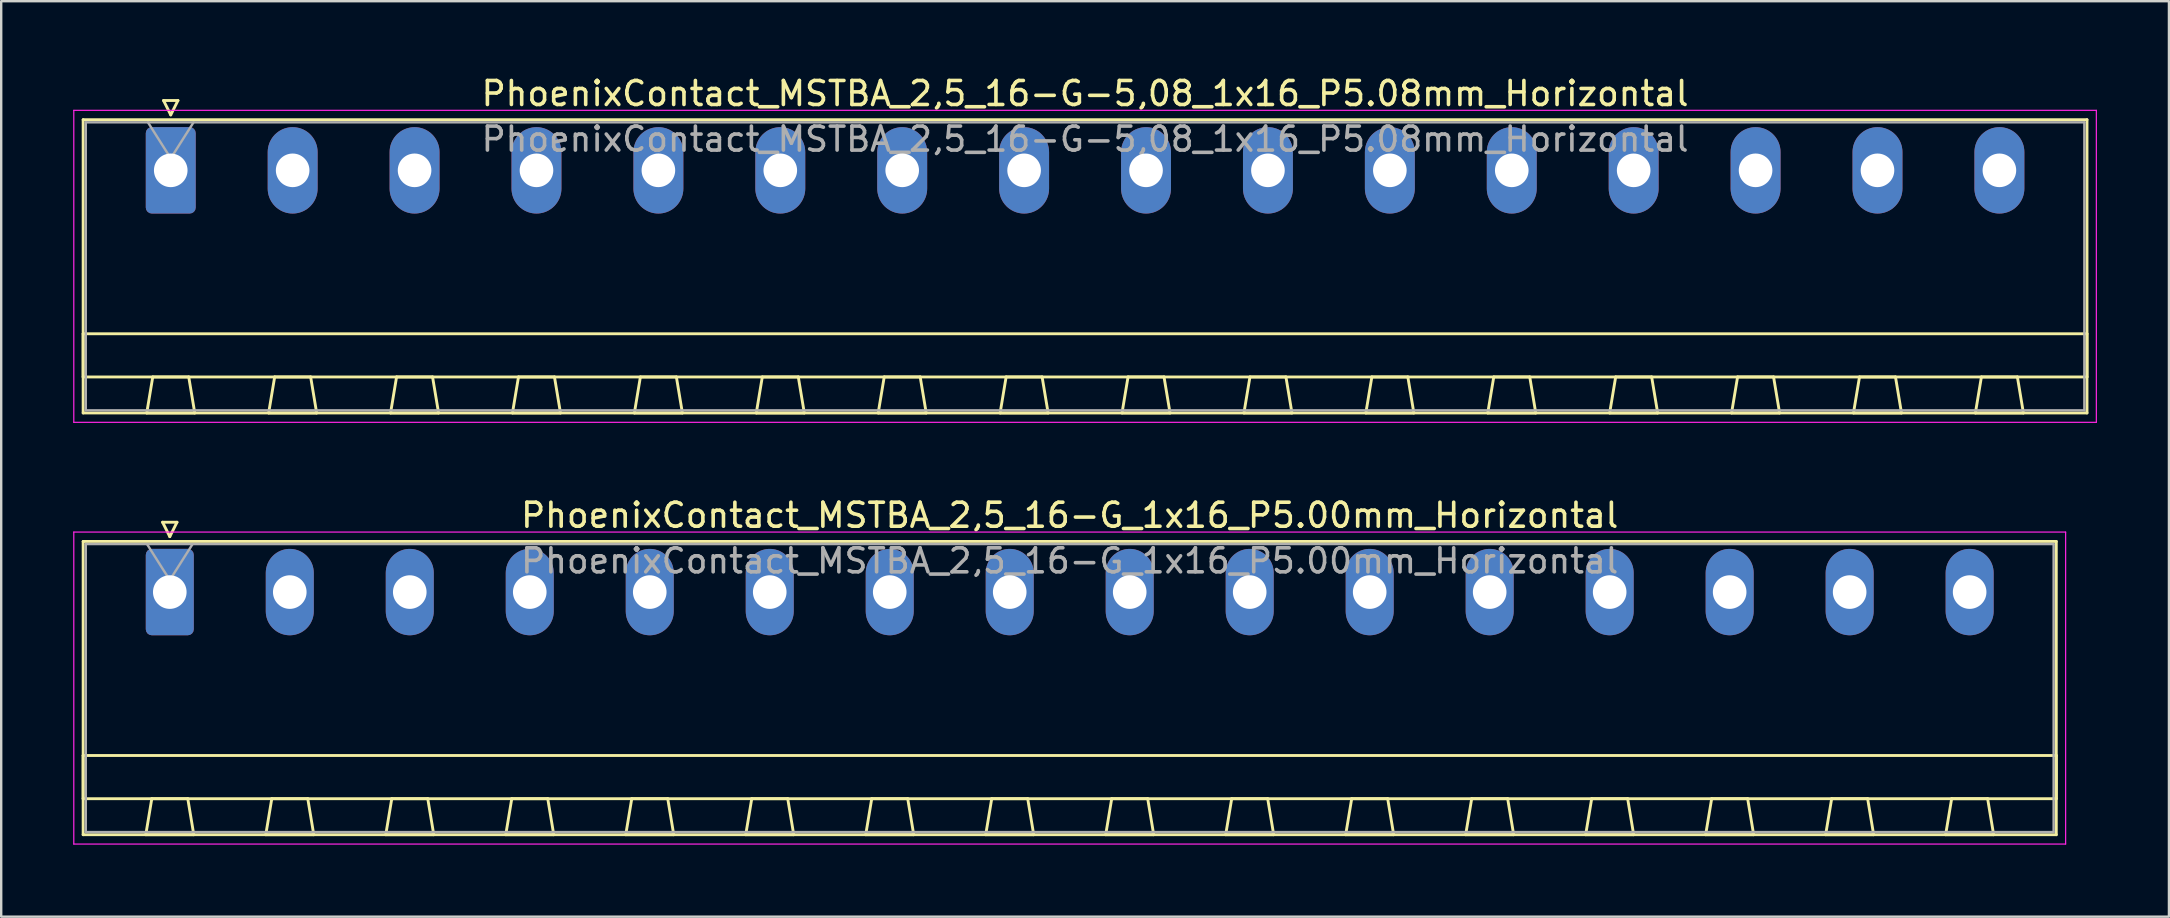
<source format=kicad_pcb>
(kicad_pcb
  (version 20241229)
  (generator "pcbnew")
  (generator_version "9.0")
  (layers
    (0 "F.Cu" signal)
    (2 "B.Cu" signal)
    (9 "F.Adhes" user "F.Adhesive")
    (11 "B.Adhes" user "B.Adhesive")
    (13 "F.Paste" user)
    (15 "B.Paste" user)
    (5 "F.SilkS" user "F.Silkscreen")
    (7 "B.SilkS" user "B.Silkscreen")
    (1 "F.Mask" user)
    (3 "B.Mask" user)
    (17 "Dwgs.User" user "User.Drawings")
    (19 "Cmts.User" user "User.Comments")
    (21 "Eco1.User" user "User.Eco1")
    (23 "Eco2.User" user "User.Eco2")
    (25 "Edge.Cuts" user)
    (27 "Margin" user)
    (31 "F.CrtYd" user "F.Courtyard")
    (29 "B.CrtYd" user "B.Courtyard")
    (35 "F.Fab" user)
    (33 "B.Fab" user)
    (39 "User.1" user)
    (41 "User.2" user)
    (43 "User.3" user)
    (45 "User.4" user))
  (footprint "PhoenixContact_MSTBA_2,5_16-G-5,08_1x16_P5.08mm_Horizontal"
    (layer "F.Cu")
    (at 4.065 4.048)
    (property "Reference" "PhoenixContact_MSTBA_2,5_16-G-5,08_1x16_P5.08mm_Horizontal" (at 38.1 -3.2 0) (layer "F.SilkS") (effects (font (size 1 1) (thickness 0.15))))
    (attr through_hole)
    (fp_line (start -3.65 -2.11) (end -3.65 10.11) (stroke (width 0.12) (type solid)) (layer "F.SilkS"))
    (fp_line (start -3.65 6.81) (end 79.85 6.81) (stroke (width 0.12) (type solid)) (layer "F.SilkS"))
    (fp_line (start -3.65 8.61) (end -3.65 6.81) (stroke (width 0.12) (type solid)) (layer "F.SilkS"))
    (fp_line (start -3.65 10.11) (end 79.85 10.11) (stroke (width 0.12) (type solid)) (layer "F.SilkS"))
    (fp_line (start -1 10.11) (end 1 10.11) (stroke (width 0.12) (type solid)) (layer "F.SilkS"))
    (fp_line (start -0.75 8.61) (end -1 10.11) (stroke (width 0.12) (type solid)) (layer "F.SilkS"))
    (fp_line (start -0.3 -2.91) (end 0.3 -2.91) (stroke (width 0.12) (type solid)) (layer "F.SilkS"))
    (fp_line (start 0 -2.31) (end -0.3 -2.91) (stroke (width 0.12) (type solid)) (layer "F.SilkS"))
    (fp_line (start 0.3 -2.91) (end 0 -2.31) (stroke (width 0.12) (type solid)) (layer "F.SilkS"))
    (fp_line (start 0.75 8.61) (end -0.75 8.61) (stroke (width 0.12) (type solid)) (layer "F.SilkS"))
    (fp_line (start 1 10.11) (end 0.75 8.61) (stroke (width 0.12) (type solid)) (layer "F.SilkS"))
    (fp_line (start 4.08 10.11) (end 6.08 10.11) (stroke (width 0.12) (type solid)) (layer "F.SilkS"))
    (fp_line (start 4.33 8.61) (end 4.08 10.11) (stroke (width 0.12) (type solid)) (layer "F.SilkS"))
    (fp_line (start 5.83 8.61) (end 4.33 8.61) (stroke (width 0.12) (type solid)) (layer "F.SilkS"))
    (fp_line (start 6.08 10.11) (end 5.83 8.61) (stroke (width 0.12) (type solid)) (layer "F.SilkS"))
    (fp_line (start 9.16 10.11) (end 11.16 10.11) (stroke (width 0.12) (type solid)) (layer "F.SilkS"))
    (fp_line (start 9.41 8.61) (end 9.16 10.11) (stroke (width 0.12) (type solid)) (layer "F.SilkS"))
    (fp_line (start 10.91 8.61) (end 9.41 8.61) (stroke (width 0.12) (type solid)) (layer "F.SilkS"))
    (fp_line (start 11.16 10.11) (end 10.91 8.61) (stroke (width 0.12) (type solid)) (layer "F.SilkS"))
    (fp_line (start 14.24 10.11) (end 16.24 10.11) (stroke (width 0.12) (type solid)) (layer "F.SilkS"))
    (fp_line (start 14.49 8.61) (end 14.24 10.11) (stroke (width 0.12) (type solid)) (layer "F.SilkS"))
    (fp_line (start 15.99 8.61) (end 14.49 8.61) (stroke (width 0.12) (type solid)) (layer "F.SilkS"))
    (fp_line (start 16.24 10.11) (end 15.99 8.61) (stroke (width 0.12) (type solid)) (layer "F.SilkS"))
    (fp_line (start 19.32 10.11) (end 21.32 10.11) (stroke (width 0.12) (type solid)) (layer "F.SilkS"))
    (fp_line (start 19.57 8.61) (end 19.32 10.11) (stroke (width 0.12) (type solid)) (layer "F.SilkS"))
    (fp_line (start 21.07 8.61) (end 19.57 8.61) (stroke (width 0.12) (type solid)) (layer "F.SilkS"))
    (fp_line (start 21.32 10.11) (end 21.07 8.61) (stroke (width 0.12) (type solid)) (layer "F.SilkS"))
    (fp_line (start 24.4 10.11) (end 26.4 10.11) (stroke (width 0.12) (type solid)) (layer "F.SilkS"))
    (fp_line (start 24.65 8.61) (end 24.4 10.11) (stroke (width 0.12) (type solid)) (layer "F.SilkS"))
    (fp_line (start 26.15 8.61) (end 24.65 8.61) (stroke (width 0.12) (type solid)) (layer "F.SilkS"))
    (fp_line (start 26.4 10.11) (end 26.15 8.61) (stroke (width 0.12) (type solid)) (layer "F.SilkS"))
    (fp_line (start 29.48 10.11) (end 31.48 10.11) (stroke (width 0.12) (type solid)) (layer "F.SilkS"))
    (fp_line (start 29.73 8.61) (end 29.48 10.11) (stroke (width 0.12) (type solid)) (layer "F.SilkS"))
    (fp_line (start 31.23 8.61) (end 29.73 8.61) (stroke (width 0.12) (type solid)) (layer "F.SilkS"))
    (fp_line (start 31.48 10.11) (end 31.23 8.61) (stroke (width 0.12) (type solid)) (layer "F.SilkS"))
    (fp_line (start 34.56 10.11) (end 36.56 10.11) (stroke (width 0.12) (type solid)) (layer "F.SilkS"))
    (fp_line (start 34.81 8.61) (end 34.56 10.11) (stroke (width 0.12) (type solid)) (layer "F.SilkS"))
    (fp_line (start 36.31 8.61) (end 34.81 8.61) (stroke (width 0.12) (type solid)) (layer "F.SilkS"))
    (fp_line (start 36.56 10.11) (end 36.31 8.61) (stroke (width 0.12) (type solid)) (layer "F.SilkS"))
    (fp_line (start 39.64 10.11) (end 41.64 10.11) (stroke (width 0.12) (type solid)) (layer "F.SilkS"))
    (fp_line (start 39.89 8.61) (end 39.64 10.11) (stroke (width 0.12) (type solid)) (layer "F.SilkS"))
    (fp_line (start 41.39 8.61) (end 39.89 8.61) (stroke (width 0.12) (type solid)) (layer "F.SilkS"))
    (fp_line (start 41.64 10.11) (end 41.39 8.61) (stroke (width 0.12) (type solid)) (layer "F.SilkS"))
    (fp_line (start 44.72 10.11) (end 46.72 10.11) (stroke (width 0.12) (type solid)) (layer "F.SilkS"))
    (fp_line (start 44.97 8.61) (end 44.72 10.11) (stroke (width 0.12) (type solid)) (layer "F.SilkS"))
    (fp_line (start 46.47 8.61) (end 44.97 8.61) (stroke (width 0.12) (type solid)) (layer "F.SilkS"))
    (fp_line (start 46.72 10.11) (end 46.47 8.61) (stroke (width 0.12) (type solid)) (layer "F.SilkS"))
    (fp_line (start 49.8 10.11) (end 51.8 10.11) (stroke (width 0.12) (type solid)) (layer "F.SilkS"))
    (fp_line (start 50.05 8.61) (end 49.8 10.11) (stroke (width 0.12) (type solid)) (layer "F.SilkS"))
    (fp_line (start 51.55 8.61) (end 50.05 8.61) (stroke (width 0.12) (type solid)) (layer "F.SilkS"))
    (fp_line (start 51.8 10.11) (end 51.55 8.61) (stroke (width 0.12) (type solid)) (layer "F.SilkS"))
    (fp_line (start 54.88 10.11) (end 56.88 10.11) (stroke (width 0.12) (type solid)) (layer "F.SilkS"))
    (fp_line (start 55.13 8.61) (end 54.88 10.11) (stroke (width 0.12) (type solid)) (layer "F.SilkS"))
    (fp_line (start 56.63 8.61) (end 55.13 8.61) (stroke (width 0.12) (type solid)) (layer "F.SilkS"))
    (fp_line (start 56.88 10.11) (end 56.63 8.61) (stroke (width 0.12) (type solid)) (layer "F.SilkS"))
    (fp_line (start 59.96 10.11) (end 61.96 10.11) (stroke (width 0.12) (type solid)) (layer "F.SilkS"))
    (fp_line (start 60.21 8.61) (end 59.96 10.11) (stroke (width 0.12) (type solid)) (layer "F.SilkS"))
    (fp_line (start 61.71 8.61) (end 60.21 8.61) (stroke (width 0.12) (type solid)) (layer "F.SilkS"))
    (fp_line (start 61.96 10.11) (end 61.71 8.61) (stroke (width 0.12) (type solid)) (layer "F.SilkS"))
    (fp_line (start 65.04 10.11) (end 67.04 10.11) (stroke (width 0.12) (type solid)) (layer "F.SilkS"))
    (fp_line (start 65.29 8.61) (end 65.04 10.11) (stroke (width 0.12) (type solid)) (layer "F.SilkS"))
    (fp_line (start 66.79 8.61) (end 65.29 8.61) (stroke (width 0.12) (type solid)) (layer "F.SilkS"))
    (fp_line (start 67.04 10.11) (end 66.79 8.61) (stroke (width 0.12) (type solid)) (layer "F.SilkS"))
    (fp_line (start 70.12 10.11) (end 72.12 10.11) (stroke (width 0.12) (type solid)) (layer "F.SilkS"))
    (fp_line (start 70.37 8.61) (end 70.12 10.11) (stroke (width 0.12) (type solid)) (layer "F.SilkS"))
    (fp_line (start 71.87 8.61) (end 70.37 8.61) (stroke (width 0.12) (type solid)) (layer "F.SilkS"))
    (fp_line (start 72.12 10.11) (end 71.87 8.61) (stroke (width 0.12) (type solid)) (layer "F.SilkS"))
    (fp_line (start 75.2 10.11) (end 77.2 10.11) (stroke (width 0.12) (type solid)) (layer "F.SilkS"))
    (fp_line (start 75.45 8.61) (end 75.2 10.11) (stroke (width 0.12) (type solid)) (layer "F.SilkS"))
    (fp_line (start 76.95 8.61) (end 75.45 8.61) (stroke (width 0.12) (type solid)) (layer "F.SilkS"))
    (fp_line (start 77.2 10.11) (end 76.95 8.61) (stroke (width 0.12) (type solid)) (layer "F.SilkS"))
    (fp_line (start 79.85 -2.11) (end -3.65 -2.11) (stroke (width 0.12) (type solid)) (layer "F.SilkS"))
    (fp_line (start 79.85 6.81) (end 79.85 8.61) (stroke (width 0.12) (type solid)) (layer "F.SilkS"))
    (fp_line (start 79.85 8.61) (end -3.65 8.61) (stroke (width 0.12) (type solid)) (layer "F.SilkS"))
    (fp_line (start 79.85 10.11) (end 79.85 -2.11) (stroke (width 0.12) (type solid)) (layer "F.SilkS"))
    (fp_line (start -4.04 -2.5) (end -4.04 10.5) (stroke (width 0.05) (type solid)) (layer "F.CrtYd"))
    (fp_line (start -4.04 10.5) (end 80.24 10.5) (stroke (width 0.05) (type solid)) (layer "F.CrtYd"))
    (fp_line (start 80.24 -2.5) (end -4.04 -2.5) (stroke (width 0.05) (type solid)) (layer "F.CrtYd"))
    (fp_line (start 80.24 10.5) (end 80.24 -2.5) (stroke (width 0.05) (type solid)) (layer "F.CrtYd"))
    (fp_line (start -3.54 -2) (end -3.54 10) (stroke (width 0.1) (type solid)) (layer "F.Fab"))
    (fp_line (start -3.54 10) (end 79.74 10) (stroke (width 0.1) (type solid)) (layer "F.Fab"))
    (fp_line (start 0 -0.5) (end -0.95 -2) (stroke (width 0.1) (type solid)) (layer "F.Fab"))
    (fp_line (start 0.95 -2) (end 0 -0.5) (stroke (width 0.1) (type solid)) (layer "F.Fab"))
    (fp_line (start 79.74 -2) (end -3.54 -2) (stroke (width 0.1) (type solid)) (layer "F.Fab"))
    (fp_line (start 79.74 10) (end 79.74 -2) (stroke (width 0.1) (type solid)) (layer "F.Fab"))
    (fp_text user "${REFERENCE}" (at 38.1 -1.3 0) (layer "F.Fab") (effects (font (size 1 1) (thickness 0.15))))
    (pad "1" thru_hole roundrect (at 0 0) (size 2.08 3.6) (drill 1.4) (layers "*.Cu" "*.Mask") (roundrect_rratio 0.12))
    (pad "2" thru_hole oval (at 5.08 0) (size 2.08 3.6) (drill 1.4) (layers "*.Cu" "*.Mask"))
    (pad "3" thru_hole oval (at 10.16 0) (size 2.08 3.6) (drill 1.4) (layers "*.Cu" "*.Mask"))
    (pad "4" thru_hole oval (at 15.24 0) (size 2.08 3.6) (drill 1.4) (layers "*.Cu" "*.Mask"))
    (pad "5" thru_hole oval (at 20.32 0) (size 2.08 3.6) (drill 1.4) (layers "*.Cu" "*.Mask"))
    (pad "6" thru_hole oval (at 25.4 0) (size 2.08 3.6) (drill 1.4) (layers "*.Cu" "*.Mask"))
    (pad "7" thru_hole oval (at 30.48 0) (size 2.08 3.6) (drill 1.4) (layers "*.Cu" "*.Mask"))
    (pad "8" thru_hole oval (at 35.56 0) (size 2.08 3.6) (drill 1.4) (layers "*.Cu" "*.Mask"))
    (pad "9" thru_hole oval (at 40.64 0) (size 2.08 3.6) (drill 1.4) (layers "*.Cu" "*.Mask"))
    (pad "10" thru_hole oval (at 45.72 0) (size 2.08 3.6) (drill 1.4) (layers "*.Cu" "*.Mask"))
    (pad "11" thru_hole oval (at 50.8 0) (size 2.08 3.6) (drill 1.4) (layers "*.Cu" "*.Mask"))
    (pad "12" thru_hole oval (at 55.88 0) (size 2.08 3.6) (drill 1.4) (layers "*.Cu" "*.Mask"))
    (pad "13" thru_hole oval (at 60.96 0) (size 2.08 3.6) (drill 1.4) (layers "*.Cu" "*.Mask"))
    (pad "14" thru_hole oval (at 66.04 0) (size 2.08 3.6) (drill 1.4) (layers "*.Cu" "*.Mask"))
    (pad "15" thru_hole oval (at 71.12 0) (size 2.08 3.6) (drill 1.4) (layers "*.Cu" "*.Mask"))
    (pad "16" thru_hole oval (at 76.2 0) (size 2.08 3.6) (drill 1.4) (layers "*.Cu" "*.Mask")))
  (footprint "PhoenixContact_MSTBA_2,5_16-G_1x16_P5.00mm_Horizontal"
    (layer "F.Cu")
    (at 4.025 21.622)
    (property "Reference" "PhoenixContact_MSTBA_2,5_16-G_1x16_P5.00mm_Horizontal" (at 37.5 -3.2 0) (layer "F.SilkS") (effects (font (size 1 1) (thickness 0.15))))
    (attr through_hole)
    (fp_line (start -3.61 -2.11) (end -3.61 10.11) (stroke (width 0.12) (type solid)) (layer "F.SilkS"))
    (fp_line (start -3.61 6.81) (end 78.61 6.81) (stroke (width 0.12) (type solid)) (layer "F.SilkS"))
    (fp_line (start -3.61 8.61) (end -3.61 6.81) (stroke (width 0.12) (type solid)) (layer "F.SilkS"))
    (fp_line (start -3.61 10.11) (end 78.61 10.11) (stroke (width 0.12) (type solid)) (layer "F.SilkS"))
    (fp_line (start -1 10.11) (end 1 10.11) (stroke (width 0.12) (type solid)) (layer "F.SilkS"))
    (fp_line (start -0.75 8.61) (end -1 10.11) (stroke (width 0.12) (type solid)) (layer "F.SilkS"))
    (fp_line (start -0.3 -2.91) (end 0.3 -2.91) (stroke (width 0.12) (type solid)) (layer "F.SilkS"))
    (fp_line (start 0 -2.31) (end -0.3 -2.91) (stroke (width 0.12) (type solid)) (layer "F.SilkS"))
    (fp_line (start 0.3 -2.91) (end 0 -2.31) (stroke (width 0.12) (type solid)) (layer "F.SilkS"))
    (fp_line (start 0.75 8.61) (end -0.75 8.61) (stroke (width 0.12) (type solid)) (layer "F.SilkS"))
    (fp_line (start 1 10.11) (end 0.75 8.61) (stroke (width 0.12) (type solid)) (layer "F.SilkS"))
    (fp_line (start 4 10.11) (end 6 10.11) (stroke (width 0.12) (type solid)) (layer "F.SilkS"))
    (fp_line (start 4.25 8.61) (end 4 10.11) (stroke (width 0.12) (type solid)) (layer "F.SilkS"))
    (fp_line (start 5.75 8.61) (end 4.25 8.61) (stroke (width 0.12) (type solid)) (layer "F.SilkS"))
    (fp_line (start 6 10.11) (end 5.75 8.61) (stroke (width 0.12) (type solid)) (layer "F.SilkS"))
    (fp_line (start 9 10.11) (end 11 10.11) (stroke (width 0.12) (type solid)) (layer "F.SilkS"))
    (fp_line (start 9.25 8.61) (end 9 10.11) (stroke (width 0.12) (type solid)) (layer "F.SilkS"))
    (fp_line (start 10.75 8.61) (end 9.25 8.61) (stroke (width 0.12) (type solid)) (layer "F.SilkS"))
    (fp_line (start 11 10.11) (end 10.75 8.61) (stroke (width 0.12) (type solid)) (layer "F.SilkS"))
    (fp_line (start 14 10.11) (end 16 10.11) (stroke (width 0.12) (type solid)) (layer "F.SilkS"))
    (fp_line (start 14.25 8.61) (end 14 10.11) (stroke (width 0.12) (type solid)) (layer "F.SilkS"))
    (fp_line (start 15.75 8.61) (end 14.25 8.61) (stroke (width 0.12) (type solid)) (layer "F.SilkS"))
    (fp_line (start 16 10.11) (end 15.75 8.61) (stroke (width 0.12) (type solid)) (layer "F.SilkS"))
    (fp_line (start 19 10.11) (end 21 10.11) (stroke (width 0.12) (type solid)) (layer "F.SilkS"))
    (fp_line (start 19.25 8.61) (end 19 10.11) (stroke (width 0.12) (type solid)) (layer "F.SilkS"))
    (fp_line (start 20.75 8.61) (end 19.25 8.61) (stroke (width 0.12) (type solid)) (layer "F.SilkS"))
    (fp_line (start 21 10.11) (end 20.75 8.61) (stroke (width 0.12) (type solid)) (layer "F.SilkS"))
    (fp_line (start 24 10.11) (end 26 10.11) (stroke (width 0.12) (type solid)) (layer "F.SilkS"))
    (fp_line (start 24.25 8.61) (end 24 10.11) (stroke (width 0.12) (type solid)) (layer "F.SilkS"))
    (fp_line (start 25.75 8.61) (end 24.25 8.61) (stroke (width 0.12) (type solid)) (layer "F.SilkS"))
    (fp_line (start 26 10.11) (end 25.75 8.61) (stroke (width 0.12) (type solid)) (layer "F.SilkS"))
    (fp_line (start 29 10.11) (end 31 10.11) (stroke (width 0.12) (type solid)) (layer "F.SilkS"))
    (fp_line (start 29.25 8.61) (end 29 10.11) (stroke (width 0.12) (type solid)) (layer "F.SilkS"))
    (fp_line (start 30.75 8.61) (end 29.25 8.61) (stroke (width 0.12) (type solid)) (layer "F.SilkS"))
    (fp_line (start 31 10.11) (end 30.75 8.61) (stroke (width 0.12) (type solid)) (layer "F.SilkS"))
    (fp_line (start 34 10.11) (end 36 10.11) (stroke (width 0.12) (type solid)) (layer "F.SilkS"))
    (fp_line (start 34.25 8.61) (end 34 10.11) (stroke (width 0.12) (type solid)) (layer "F.SilkS"))
    (fp_line (start 35.75 8.61) (end 34.25 8.61) (stroke (width 0.12) (type solid)) (layer "F.SilkS"))
    (fp_line (start 36 10.11) (end 35.75 8.61) (stroke (width 0.12) (type solid)) (layer "F.SilkS"))
    (fp_line (start 39 10.11) (end 41 10.11) (stroke (width 0.12) (type solid)) (layer "F.SilkS"))
    (fp_line (start 39.25 8.61) (end 39 10.11) (stroke (width 0.12) (type solid)) (layer "F.SilkS"))
    (fp_line (start 40.75 8.61) (end 39.25 8.61) (stroke (width 0.12) (type solid)) (layer "F.SilkS"))
    (fp_line (start 41 10.11) (end 40.75 8.61) (stroke (width 0.12) (type solid)) (layer "F.SilkS"))
    (fp_line (start 44 10.11) (end 46 10.11) (stroke (width 0.12) (type solid)) (layer "F.SilkS"))
    (fp_line (start 44.25 8.61) (end 44 10.11) (stroke (width 0.12) (type solid)) (layer "F.SilkS"))
    (fp_line (start 45.75 8.61) (end 44.25 8.61) (stroke (width 0.12) (type solid)) (layer "F.SilkS"))
    (fp_line (start 46 10.11) (end 45.75 8.61) (stroke (width 0.12) (type solid)) (layer "F.SilkS"))
    (fp_line (start 49 10.11) (end 51 10.11) (stroke (width 0.12) (type solid)) (layer "F.SilkS"))
    (fp_line (start 49.25 8.61) (end 49 10.11) (stroke (width 0.12) (type solid)) (layer "F.SilkS"))
    (fp_line (start 50.75 8.61) (end 49.25 8.61) (stroke (width 0.12) (type solid)) (layer "F.SilkS"))
    (fp_line (start 51 10.11) (end 50.75 8.61) (stroke (width 0.12) (type solid)) (layer "F.SilkS"))
    (fp_line (start 54 10.11) (end 56 10.11) (stroke (width 0.12) (type solid)) (layer "F.SilkS"))
    (fp_line (start 54.25 8.61) (end 54 10.11) (stroke (width 0.12) (type solid)) (layer "F.SilkS"))
    (fp_line (start 55.75 8.61) (end 54.25 8.61) (stroke (width 0.12) (type solid)) (layer "F.SilkS"))
    (fp_line (start 56 10.11) (end 55.75 8.61) (stroke (width 0.12) (type solid)) (layer "F.SilkS"))
    (fp_line (start 59 10.11) (end 61 10.11) (stroke (width 0.12) (type solid)) (layer "F.SilkS"))
    (fp_line (start 59.25 8.61) (end 59 10.11) (stroke (width 0.12) (type solid)) (layer "F.SilkS"))
    (fp_line (start 60.75 8.61) (end 59.25 8.61) (stroke (width 0.12) (type solid)) (layer "F.SilkS"))
    (fp_line (start 61 10.11) (end 60.75 8.61) (stroke (width 0.12) (type solid)) (layer "F.SilkS"))
    (fp_line (start 64 10.11) (end 66 10.11) (stroke (width 0.12) (type solid)) (layer "F.SilkS"))
    (fp_line (start 64.25 8.61) (end 64 10.11) (stroke (width 0.12) (type solid)) (layer "F.SilkS"))
    (fp_line (start 65.75 8.61) (end 64.25 8.61) (stroke (width 0.12) (type solid)) (layer "F.SilkS"))
    (fp_line (start 66 10.11) (end 65.75 8.61) (stroke (width 0.12) (type solid)) (layer "F.SilkS"))
    (fp_line (start 69 10.11) (end 71 10.11) (stroke (width 0.12) (type solid)) (layer "F.SilkS"))
    (fp_line (start 69.25 8.61) (end 69 10.11) (stroke (width 0.12) (type solid)) (layer "F.SilkS"))
    (fp_line (start 70.75 8.61) (end 69.25 8.61) (stroke (width 0.12) (type solid)) (layer "F.SilkS"))
    (fp_line (start 71 10.11) (end 70.75 8.61) (stroke (width 0.12) (type solid)) (layer "F.SilkS"))
    (fp_line (start 74 10.11) (end 76 10.11) (stroke (width 0.12) (type solid)) (layer "F.SilkS"))
    (fp_line (start 74.25 8.61) (end 74 10.11) (stroke (width 0.12) (type solid)) (layer "F.SilkS"))
    (fp_line (start 75.75 8.61) (end 74.25 8.61) (stroke (width 0.12) (type solid)) (layer "F.SilkS"))
    (fp_line (start 76 10.11) (end 75.75 8.61) (stroke (width 0.12) (type solid)) (layer "F.SilkS"))
    (fp_line (start 78.61 -2.11) (end -3.61 -2.11) (stroke (width 0.12) (type solid)) (layer "F.SilkS"))
    (fp_line (start 78.61 6.81) (end 78.61 8.61) (stroke (width 0.12) (type solid)) (layer "F.SilkS"))
    (fp_line (start 78.61 8.61) (end -3.61 8.61) (stroke (width 0.12) (type solid)) (layer "F.SilkS"))
    (fp_line (start 78.61 10.11) (end 78.61 -2.11) (stroke (width 0.12) (type solid)) (layer "F.SilkS"))
    (fp_line (start -4 -2.5) (end -4 10.5) (stroke (width 0.05) (type solid)) (layer "F.CrtYd"))
    (fp_line (start -4 10.5) (end 79 10.5) (stroke (width 0.05) (type solid)) (layer "F.CrtYd"))
    (fp_line (start 79 -2.5) (end -4 -2.5) (stroke (width 0.05) (type solid)) (layer "F.CrtYd"))
    (fp_line (start 79 10.5) (end 79 -2.5) (stroke (width 0.05) (type solid)) (layer "F.CrtYd"))
    (fp_line (start -3.5 -2) (end -3.5 10) (stroke (width 0.1) (type solid)) (layer "F.Fab"))
    (fp_line (start -3.5 10) (end 78.5 10) (stroke (width 0.1) (type solid)) (layer "F.Fab"))
    (fp_line (start 0 -0.5) (end -0.95 -2) (stroke (width 0.1) (type solid)) (layer "F.Fab"))
    (fp_line (start 0.95 -2) (end 0 -0.5) (stroke (width 0.1) (type solid)) (layer "F.Fab"))
    (fp_line (start 78.5 -2) (end -3.5 -2) (stroke (width 0.1) (type solid)) (layer "F.Fab"))
    (fp_line (start 78.5 10) (end 78.5 -2) (stroke (width 0.1) (type solid)) (layer "F.Fab"))
    (fp_text user "${REFERENCE}" (at 37.5 -1.3 0) (layer "F.Fab") (effects (font (size 1 1) (thickness 0.15))))
    (pad "1" thru_hole roundrect (at 0 0) (size 2 3.6) (drill 1.4) (layers "*.Cu" "*.Mask") (roundrect_rratio 0.125))
    (pad "2" thru_hole oval (at 5 0) (size 2 3.6) (drill 1.4) (layers "*.Cu" "*.Mask"))
    (pad "3" thru_hole oval (at 10 0) (size 2 3.6) (drill 1.4) (layers "*.Cu" "*.Mask"))
    (pad "4" thru_hole oval (at 15 0) (size 2 3.6) (drill 1.4) (layers "*.Cu" "*.Mask"))
    (pad "5" thru_hole oval (at 20 0) (size 2 3.6) (drill 1.4) (layers "*.Cu" "*.Mask"))
    (pad "6" thru_hole oval (at 25 0) (size 2 3.6) (drill 1.4) (layers "*.Cu" "*.Mask"))
    (pad "7" thru_hole oval (at 30 0) (size 2 3.6) (drill 1.4) (layers "*.Cu" "*.Mask"))
    (pad "8" thru_hole oval (at 35 0) (size 2 3.6) (drill 1.4) (layers "*.Cu" "*.Mask"))
    (pad "9" thru_hole oval (at 40 0) (size 2 3.6) (drill 1.4) (layers "*.Cu" "*.Mask"))
    (pad "10" thru_hole oval (at 45 0) (size 2 3.6) (drill 1.4) (layers "*.Cu" "*.Mask"))
    (pad "11" thru_hole oval (at 50 0) (size 2 3.6) (drill 1.4) (layers "*.Cu" "*.Mask"))
    (pad "12" thru_hole oval (at 55 0) (size 2 3.6) (drill 1.4) (layers "*.Cu" "*.Mask"))
    (pad "13" thru_hole oval (at 60 0) (size 2 3.6) (drill 1.4) (layers "*.Cu" "*.Mask"))
    (pad "14" thru_hole oval (at 65 0) (size 2 3.6) (drill 1.4) (layers "*.Cu" "*.Mask"))
    (pad "15" thru_hole oval (at 70 0) (size 2 3.6) (drill 1.4) (layers "*.Cu" "*.Mask"))
    (pad "16" thru_hole oval (at 75 0) (size 2 3.6) (drill 1.4) (layers "*.Cu" "*.Mask")))
  (gr_rect
    (start -3 -3)
    (end 87.33 35.147)
    (stroke (width 0.1) (type default))
    (fill no)
    (layer "Edge.Cuts")))
</source>
